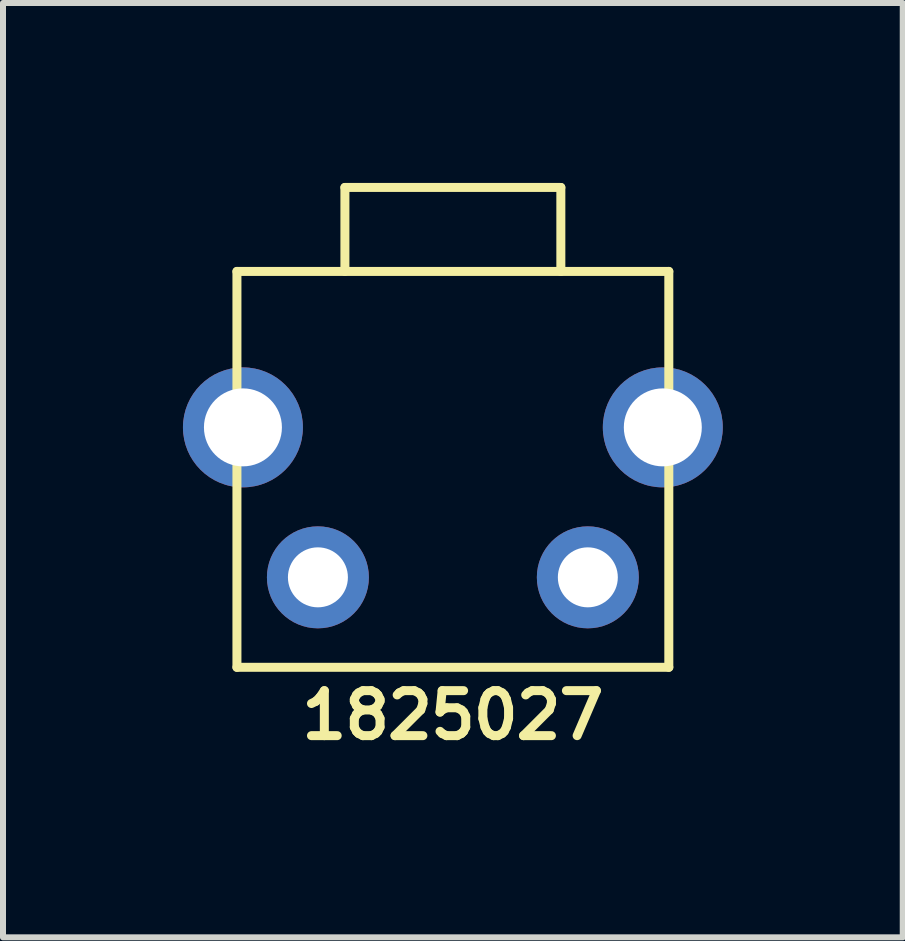
<source format=kicad_pcb>
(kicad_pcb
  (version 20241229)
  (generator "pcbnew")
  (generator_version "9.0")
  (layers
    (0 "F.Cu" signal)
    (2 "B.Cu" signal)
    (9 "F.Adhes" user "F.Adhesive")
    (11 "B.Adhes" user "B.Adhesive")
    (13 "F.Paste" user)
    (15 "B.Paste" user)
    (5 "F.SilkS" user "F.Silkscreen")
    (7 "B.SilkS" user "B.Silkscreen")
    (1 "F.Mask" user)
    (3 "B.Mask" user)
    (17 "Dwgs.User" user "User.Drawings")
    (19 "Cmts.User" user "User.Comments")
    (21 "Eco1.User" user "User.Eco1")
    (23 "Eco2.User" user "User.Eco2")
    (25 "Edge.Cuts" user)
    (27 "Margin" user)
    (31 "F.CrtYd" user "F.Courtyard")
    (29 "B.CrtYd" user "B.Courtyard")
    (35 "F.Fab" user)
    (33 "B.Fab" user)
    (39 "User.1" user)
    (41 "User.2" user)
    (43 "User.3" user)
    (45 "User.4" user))
  (footprint "1825027"
    (layer "F.Cu")
    (at 4.5 4.075)
    (property "Reference" "1825027" (at 0 4.8 0) (layer "F.SilkS") (effects (font (size 0.75 0.75) (thickness 0.15))))
    (attr through_hole)
    (fp_line (start -3.6 -2.6) (end 3.6 -2.6) (stroke (width 0.15) (type solid)) (layer "F.SilkS"))
    (fp_line (start -3.6 4) (end -3.6 -2.6) (stroke (width 0.15) (type solid)) (layer "F.SilkS"))
    (fp_line (start -1.8 -4) (end -1.8 -2.6) (stroke (width 0.15) (type solid)) (layer "F.SilkS"))
    (fp_line (start 1.8 -4) (end -1.8 -4) (stroke (width 0.15) (type solid)) (layer "F.SilkS"))
    (fp_line (start 1.8 -2.6) (end 1.8 -4) (stroke (width 0.15) (type solid)) (layer "F.SilkS"))
    (fp_line (start 3.6 -2.6) (end 3.6 4) (stroke (width 0.15) (type solid)) (layer "F.SilkS"))
    (fp_line (start 3.6 4) (end -3.6 4) (stroke (width 0.15) (type solid)) (layer "F.SilkS"))
    (pad "" thru_hole circle (at -3.5 0) (size 2 2) (drill 1.3) (layers "*.Cu" "*.Mask"))
    (pad "" thru_hole circle (at 3.5 0) (size 2 2) (drill 1.3) (layers "*.Cu" "*.Mask"))
    (pad "1" thru_hole circle (at -2.25 2.5) (size 1.7 1.7) (drill 1) (layers "*.Cu" "*.Mask"))
    (pad "2" thru_hole circle (at 2.25 2.5) (size 1.7 1.7) (drill 1) (layers "*.Cu" "*.Mask")))
  (gr_rect
    (start -3 -3)
    (end 12 12.577)
    (stroke (width 0.1) (type default))
    (fill no)
    (layer "Edge.Cuts")))
</source>
